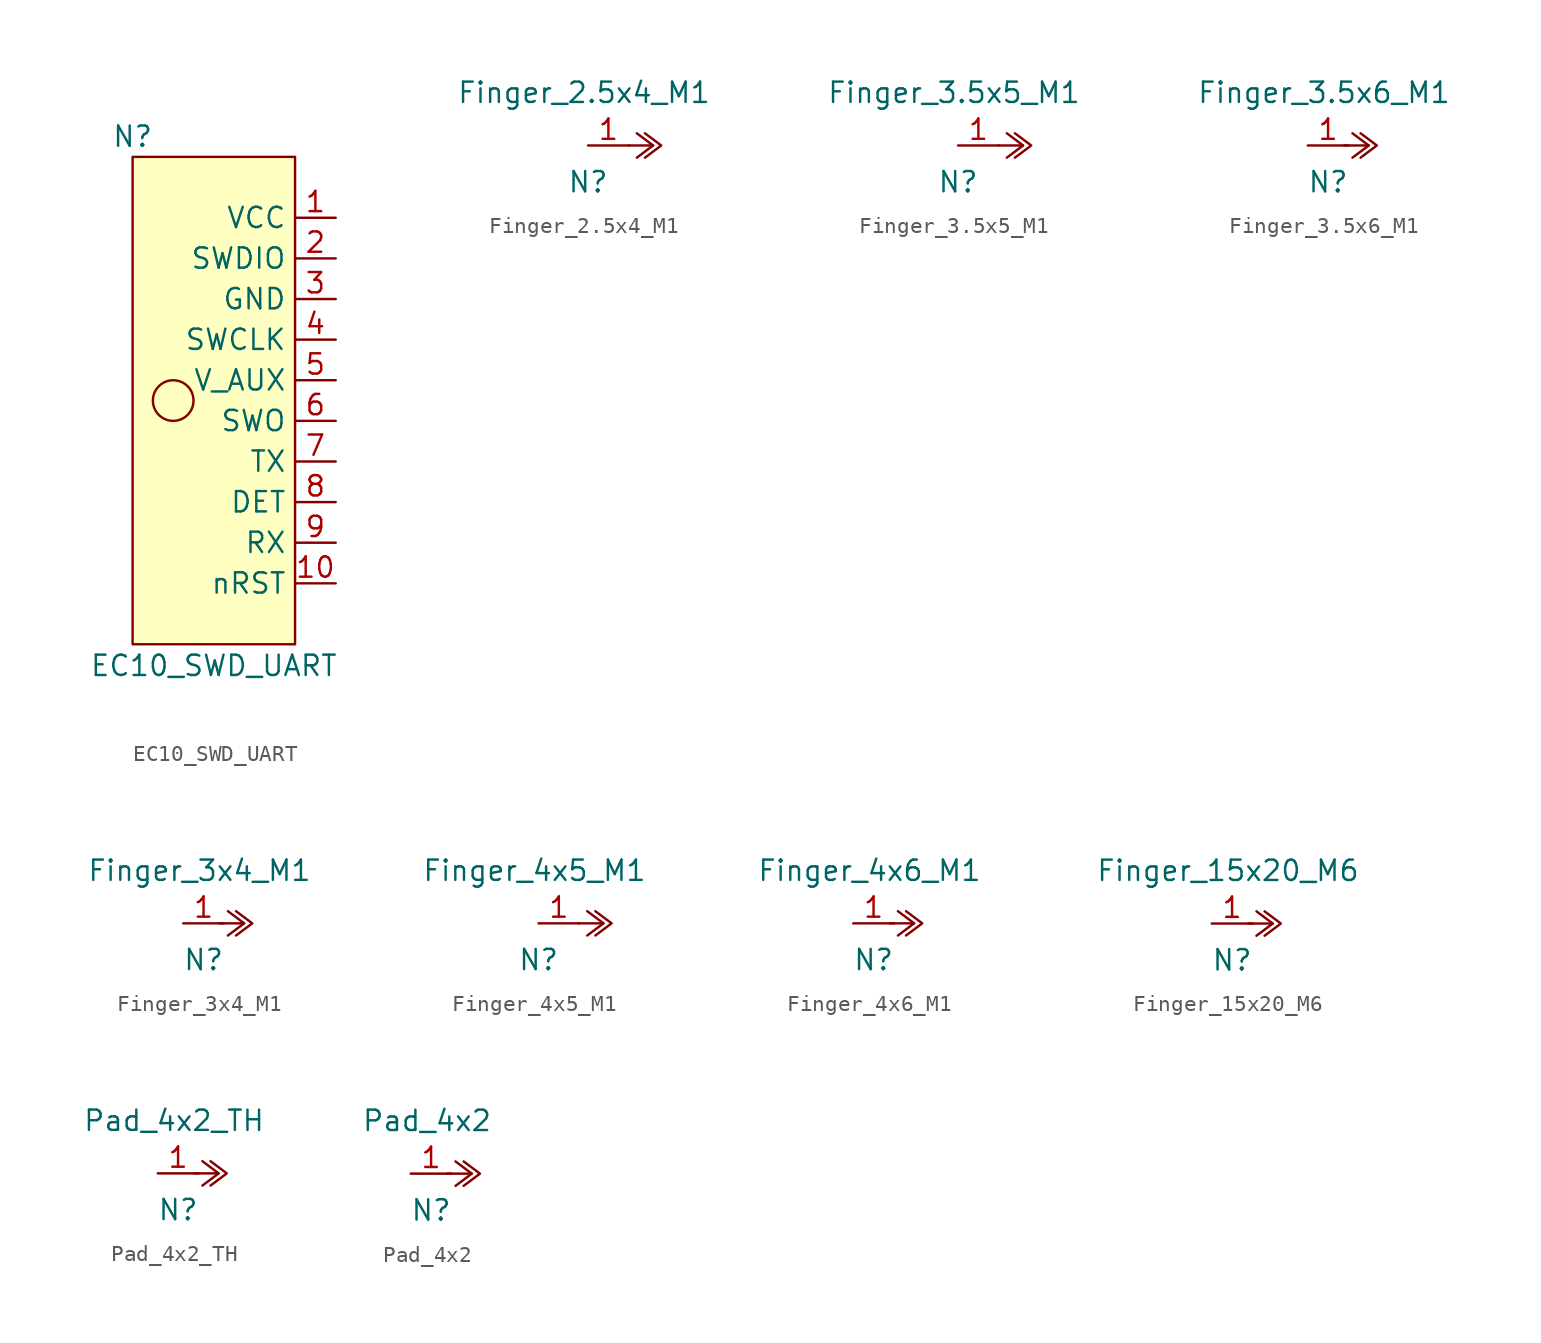
<source format=kicad_sym>
(kicad_symbol_lib
  (version 20231120)
  (generator "kicad_symbol_editor")
  (generator_version "8.0")
  (symbol "EC10_SWD_UART"
    (property "Reference" "N"
      (at -5.08 16.51 0)
      (effects (font (size 1.27 1.27))))
    (property "Value" "EC10_SWD_UART"
      (at 0 -16.58 0)
      (effects (font (size 1.27 1.27))))
    (symbol "EC10_SWD_UART_0_1"
      (rectangle (start -5.08 15.24) (end 5.08 -15.24) (stroke (width 0.152) (type default)) (fill (type background)))
      (circle (center -2.54 0) (radius 1.27) (stroke (width 0.152) (type default)) (fill (type none))))
    (symbol "EC10_SWD_UART_1_1"
      (pin power_in line (at 7.62 11.43 180) (length 2.54) (name "VCC" (effects (font (size 1.27 1.27)))) (number "1" (effects (font (size 1.27 1.27)))))
      (pin output line (at 7.62 -11.43 180) (length 2.54) (name "nRST" (effects (font (size 1.27 1.27)))) (number "10" (effects (font (size 1.27 1.27)))))
      (pin bidirectional line (at 7.62 8.89 180) (length 2.54) (name "SWDIO" (effects (font (size 1.27 1.27)))) (number "2" (effects (font (size 1.27 1.27)))))
      (pin power_in line (at 7.62 6.35 180) (length 2.54) (name "GND" (effects (font (size 1.27 1.27)))) (number "3" (effects (font (size 1.27 1.27)))))
      (pin bidirectional line (at 7.62 3.81 180) (length 2.54) (name "SWCLK" (effects (font (size 1.27 1.27)))) (number "4" (effects (font (size 1.27 1.27)))))
      (pin power_out line (at 7.62 1.27 180) (length 2.54) (name "V_AUX" (effects (font (size 1.27 1.27)))) (number "5" (effects (font (size 1.27 1.27)))))
      (pin bidirectional line (at 7.62 -1.27 180) (length 2.54) (name "SWO" (effects (font (size 1.27 1.27)))) (number "6" (effects (font (size 1.27 1.27)))))
      (pin output line (at 7.62 -3.81 180) (length 2.54) (name "TX" (effects (font (size 1.27 1.27)))) (number "7" (effects (font (size 1.27 1.27)))))
      (pin output line (at 7.62 -6.35 180) (length 2.54) (name "DET" (effects (font (size 1.27 1.27)))) (number "8" (effects (font (size 1.27 1.27)))))
      (pin input line (at 7.62 -8.89 180) (length 2.54) (name "RX" (effects (font (size 1.27 1.27)))) (number "9" (effects (font (size 1.27 1.27)))))))
  (symbol "Finger_2.5x4_M1"
    (pin_names
      (offset 1.016))
    (property "Reference" "N"
      (at 0 -2.286 0)
      (effects (font (size 1.27 1.27))))
    (property "Value" "Finger_2.5x4_M1"
      (at -0.254 3.302 0)
      (effects (font (size 1.27 1.27))))
    (symbol "Finger_2.5x4_M1_0_1"
      (polyline (pts (xy 3.048 0.762) (xy 4.064 0) (xy 3.048 -0.762)) (stroke (width 0) (type default)) (fill (type none)))
      (polyline (pts (xy 3.556 -0.762) (xy 4.572 0) (xy 3.556 0.762)) (stroke (width 0) (type default)) (fill (type none)))
      (polyline (pts (xy 4.064 0) (xy 3.048 0) (xy 2.794 0) (xy 2.54 0)) (stroke (width 0) (type default)) (fill (type none))))
    (symbol "Finger_2.5x4_M1_1_1"
      (pin passive line (at 0 0 0) (length 2.54) (name "~" (effects (font (size 1.27 1.27)))) (number "1" (effects (font (size 1.27 1.27)))))))
  (symbol "Finger_3.5x5_M1"
    (pin_names
      (offset 1.016))
    (property "Reference" "N"
      (at 0 -2.286 0)
      (effects (font (size 1.27 1.27))))
    (property "Value" "Finger_3.5x5_M1"
      (at -0.254 3.302 0)
      (effects (font (size 1.27 1.27))))
    (symbol "Finger_3.5x5_M1_0_1"
      (polyline (pts (xy 3.048 0.762) (xy 4.064 0) (xy 3.048 -0.762)) (stroke (width 0) (type default)) (fill (type none)))
      (polyline (pts (xy 3.556 -0.762) (xy 4.572 0) (xy 3.556 0.762)) (stroke (width 0) (type default)) (fill (type none)))
      (polyline (pts (xy 4.064 0) (xy 3.048 0) (xy 2.794 0) (xy 2.54 0)) (stroke (width 0) (type default)) (fill (type none))))
    (symbol "Finger_3.5x5_M1_1_1"
      (pin passive line (at 0 0 0) (length 2.54) (name "~" (effects (font (size 1.27 1.27)))) (number "1" (effects (font (size 1.27 1.27)))))))
  (symbol "Finger_3.5x6_M1"
    (pin_names
      (offset 1.016))
    (property "Reference" "N"
      (at 0 -2.286 0)
      (effects (font (size 1.27 1.27))))
    (property "Value" "Finger_3.5x6_M1"
      (at -0.254 3.302 0)
      (effects (font (size 1.27 1.27))))
    (symbol "Finger_3.5x6_M1_0_1"
      (polyline (pts (xy 1.524 0.762) (xy 2.54 0) (xy 1.524 -0.762)) (stroke (width 0) (type default)) (fill (type none)))
      (polyline (pts (xy 2.032 -0.762) (xy 3.048 0) (xy 2.032 0.762)) (stroke (width 0) (type default)) (fill (type none)))
      (polyline (pts (xy 2.54 0) (xy 1.524 0) (xy 1.27 0) (xy 1.016 0)) (stroke (width 0) (type default)) (fill (type none))))
    (symbol "Finger_3.5x6_M1_1_1"
      (pin passive line (at -1.27 0 0) (length 2.54) (name "~" (effects (font (size 1.27 1.27)))) (number "1" (effects (font (size 1.27 1.27)))))))
  (symbol "Finger_3x4_M1"
    (pin_names
      (offset 1.016))
    (property "Reference" "N"
      (at 0 -2.286 0)
      (effects (font (size 1.27 1.27))))
    (property "Value" "Finger_3x4_M1"
      (at -0.254 3.302 0)
      (effects (font (size 1.27 1.27))))
    (symbol "Finger_3x4_M1_0_1"
      (polyline (pts (xy 1.524 0.762) (xy 2.54 0) (xy 1.524 -0.762)) (stroke (width 0) (type default)) (fill (type none)))
      (polyline (pts (xy 2.032 -0.762) (xy 3.048 0) (xy 2.032 0.762)) (stroke (width 0) (type default)) (fill (type none)))
      (polyline (pts (xy 2.54 0) (xy 1.524 0) (xy 1.27 0) (xy 1.016 0)) (stroke (width 0) (type default)) (fill (type none))))
    (symbol "Finger_3x4_M1_1_1"
      (pin passive line (at -1.27 0 0) (length 2.54) (name "~" (effects (font (size 1.27 1.27)))) (number "1" (effects (font (size 1.27 1.27)))))))
  (symbol "Finger_4x5_M1"
    (pin_names
      (offset 1.016))
    (property "Reference" "N"
      (at 0 -2.286 0)
      (effects (font (size 1.27 1.27))))
    (property "Value" "Finger_4x5_M1"
      (at -0.254 3.302 0)
      (effects (font (size 1.27 1.27))))
    (symbol "Finger_4x5_M1_0_1"
      (polyline (pts (xy 3.048 0.762) (xy 4.064 0) (xy 3.048 -0.762)) (stroke (width 0) (type default)) (fill (type none)))
      (polyline (pts (xy 3.556 -0.762) (xy 4.572 0) (xy 3.556 0.762)) (stroke (width 0) (type default)) (fill (type none)))
      (polyline (pts (xy 4.064 0) (xy 3.048 0) (xy 2.794 0) (xy 2.54 0)) (stroke (width 0) (type default)) (fill (type none))))
    (symbol "Finger_4x5_M1_1_1"
      (pin passive line (at 0 0 0) (length 2.54) (name "~" (effects (font (size 1.27 1.27)))) (number "1" (effects (font (size 1.27 1.27)))))))
  (symbol "Finger_4x6_M1"
    (pin_names
      (offset 1.016))
    (property "Reference" "N"
      (at 0 -2.286 0)
      (effects (font (size 1.27 1.27))))
    (property "Value" "Finger_4x6_M1"
      (at -0.254 3.302 0)
      (effects (font (size 1.27 1.27))))
    (symbol "Finger_4x6_M1_0_1"
      (polyline (pts (xy 1.524 0.762) (xy 2.54 0) (xy 1.524 -0.762)) (stroke (width 0) (type default)) (fill (type none)))
      (polyline (pts (xy 2.032 -0.762) (xy 3.048 0) (xy 2.032 0.762)) (stroke (width 0) (type default)) (fill (type none)))
      (polyline (pts (xy 2.54 0) (xy 1.524 0) (xy 1.27 0) (xy 1.016 0)) (stroke (width 0) (type default)) (fill (type none))))
    (symbol "Finger_4x6_M1_1_1"
      (pin passive line (at -1.27 0 0) (length 2.54) (name "~" (effects (font (size 1.27 1.27)))) (number "1" (effects (font (size 1.27 1.27)))))))
  (symbol "Finger_15x20_M6"
    (pin_names
      (offset 1.016))
    (property "Reference" "N"
      (at 0 -2.286 0)
      (effects (font (size 1.27 1.27))))
    (property "Value" "Finger_15x20_M6"
      (at -0.254 3.302 0)
      (effects (font (size 1.27 1.27))))
    (symbol "Finger_15x20_M6_0_1"
      (polyline (pts (xy 1.524 0.762) (xy 2.54 0) (xy 1.524 -0.762)) (stroke (width 0) (type default)) (fill (type none)))
      (polyline (pts (xy 2.032 -0.762) (xy 3.048 0) (xy 2.032 0.762)) (stroke (width 0) (type default)) (fill (type none)))
      (polyline (pts (xy 2.54 0) (xy 1.524 0) (xy 1.27 0) (xy 1.016 0)) (stroke (width 0) (type default)) (fill (type none))))
    (symbol "Finger_15x20_M6_1_1"
      (pin passive line (at -1.27 0 0) (length 2.54) (name "~" (effects (font (size 1.27 1.27)))) (number "1" (effects (font (size 1.27 1.27)))))))
  (symbol "Pad_4x2_TH"
    (pin_names
      (offset 1.016))
    (property "Reference" "N"
      (at 0 -2.286 0)
      (effects (font (size 1.27 1.27))))
    (property "Value" "Pad_4x2_TH"
      (at -0.254 3.302 0)
      (effects (font (size 1.27 1.27))))
    (symbol "Pad_4x2_TH_0_1"
      (polyline (pts (xy 1.524 0.762) (xy 2.54 0) (xy 1.524 -0.762)) (stroke (width 0) (type default)) (fill (type none)))
      (polyline (pts (xy 2.032 -0.762) (xy 3.048 0) (xy 2.032 0.762)) (stroke (width 0) (type default)) (fill (type none)))
      (polyline (pts (xy 2.54 0) (xy 1.524 0) (xy 1.27 0) (xy 1.016 0)) (stroke (width 0) (type default)) (fill (type none))))
    (symbol "Pad_4x2_TH_1_1"
      (pin passive line (at -1.27 0 0) (length 2.54) (name "~" (effects (font (size 1.27 1.27)))) (number "1" (effects (font (size 1.27 1.27)))))))
  (symbol "Pad_4x2"
    (pin_names
      (offset 1.016))
    (property "Reference" "N"
      (at 0 -2.286 0)
      (effects (font (size 1.27 1.27))))
    (property "Value" "Pad_4x2"
      (at -0.254 3.302 0)
      (effects (font (size 1.27 1.27))))
    (symbol "Pad_4x2_0_1"
      (polyline (pts (xy 1.524 0.762) (xy 2.54 0) (xy 1.524 -0.762)) (stroke (width 0) (type default)) (fill (type none)))
      (polyline (pts (xy 2.032 -0.762) (xy 3.048 0) (xy 2.032 0.762)) (stroke (width 0) (type default)) (fill (type none)))
      (polyline (pts (xy 2.54 0) (xy 1.524 0) (xy 1.27 0) (xy 1.016 0)) (stroke (width 0) (type default)) (fill (type none))))
    (symbol "Pad_4x2_1_1"
      (pin passive line (at -1.27 0 0) (length 2.54) (name "~" (effects (font (size 1.27 1.27)))) (number "1" (effects (font (size 1.27 1.27))))))))
</source>
